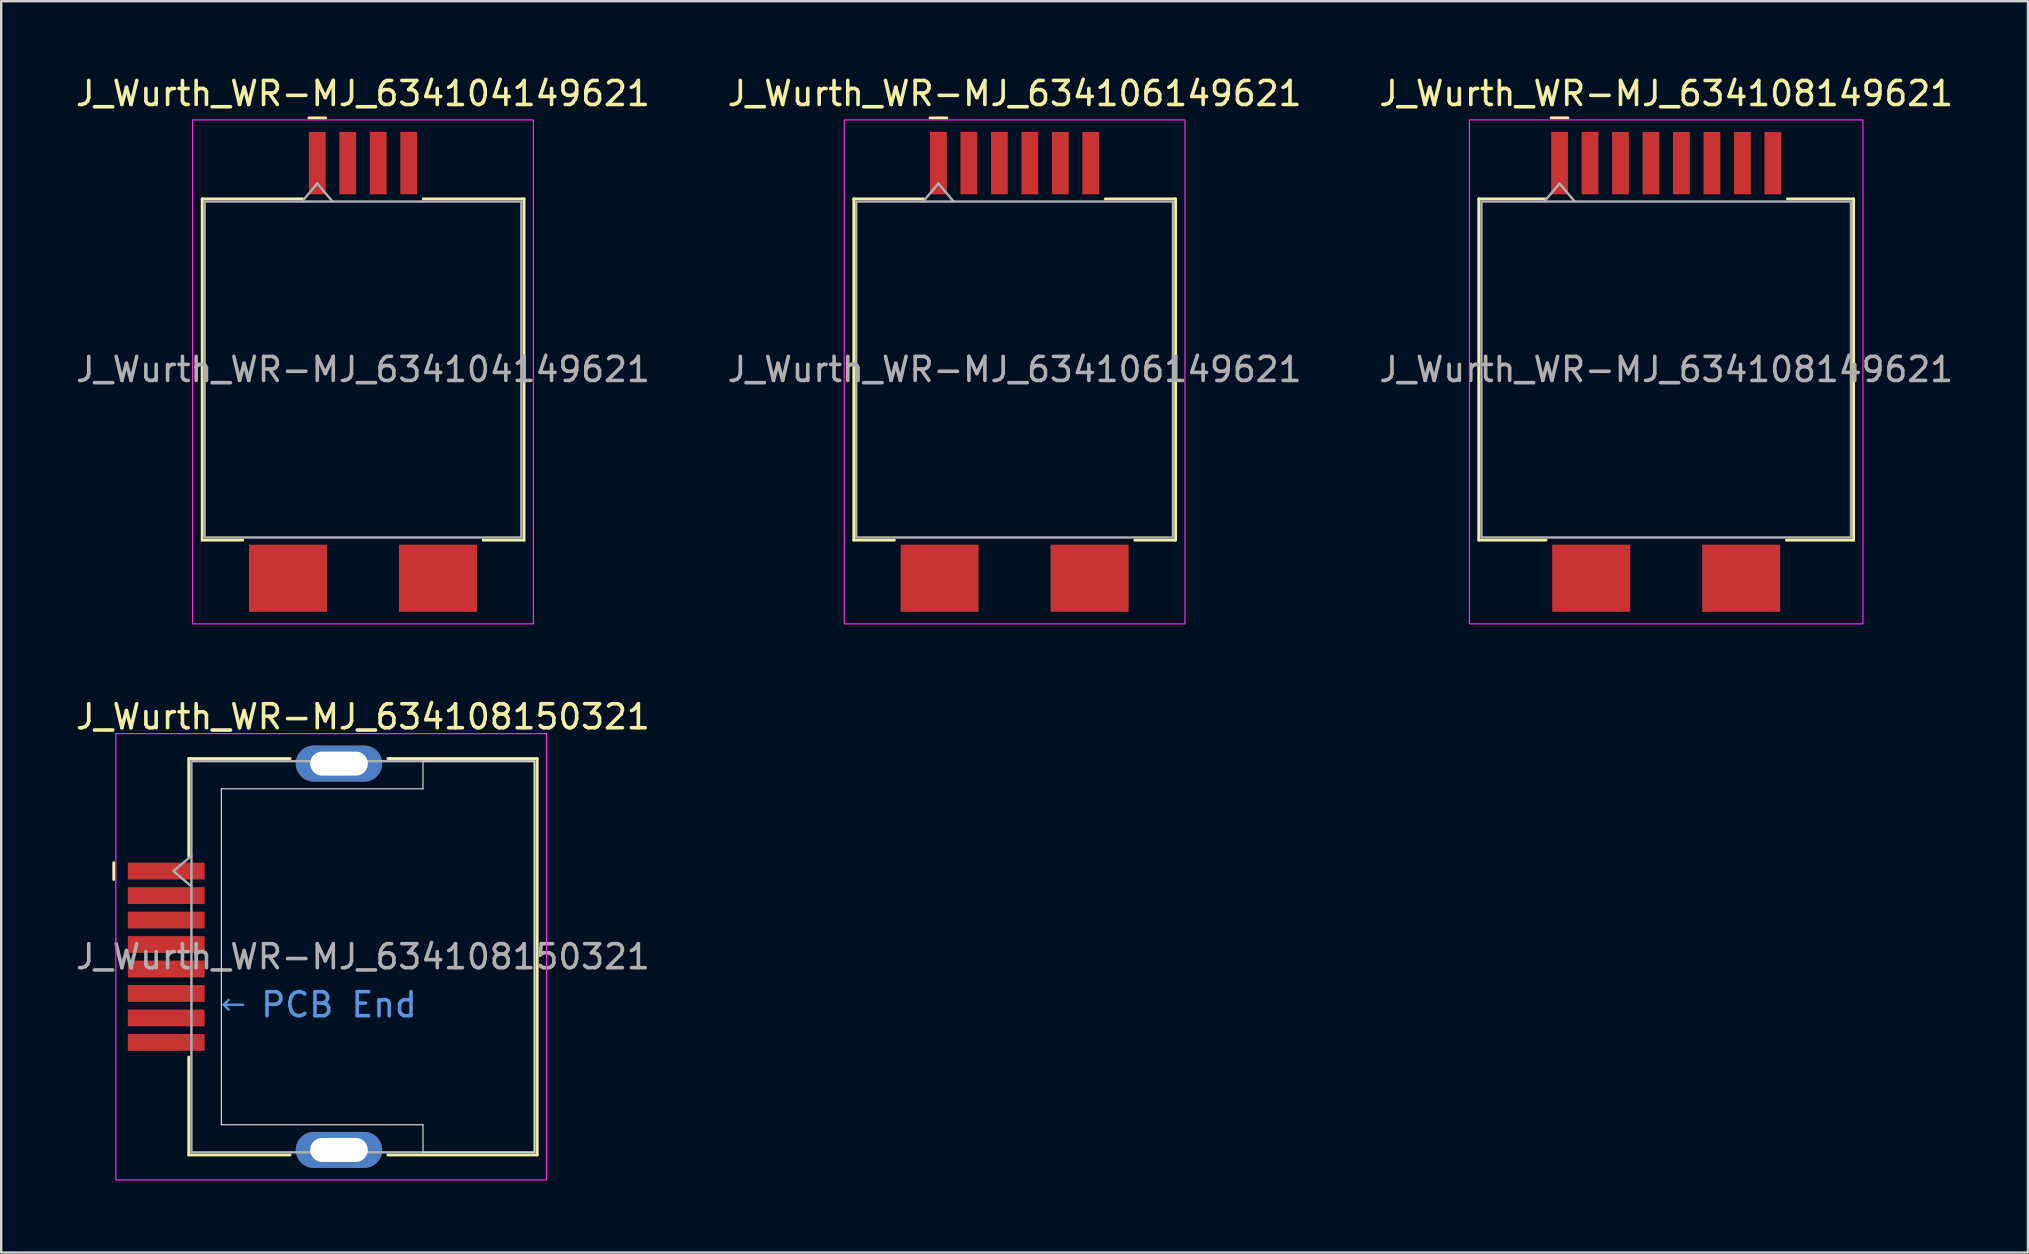
<source format=kicad_pcb>
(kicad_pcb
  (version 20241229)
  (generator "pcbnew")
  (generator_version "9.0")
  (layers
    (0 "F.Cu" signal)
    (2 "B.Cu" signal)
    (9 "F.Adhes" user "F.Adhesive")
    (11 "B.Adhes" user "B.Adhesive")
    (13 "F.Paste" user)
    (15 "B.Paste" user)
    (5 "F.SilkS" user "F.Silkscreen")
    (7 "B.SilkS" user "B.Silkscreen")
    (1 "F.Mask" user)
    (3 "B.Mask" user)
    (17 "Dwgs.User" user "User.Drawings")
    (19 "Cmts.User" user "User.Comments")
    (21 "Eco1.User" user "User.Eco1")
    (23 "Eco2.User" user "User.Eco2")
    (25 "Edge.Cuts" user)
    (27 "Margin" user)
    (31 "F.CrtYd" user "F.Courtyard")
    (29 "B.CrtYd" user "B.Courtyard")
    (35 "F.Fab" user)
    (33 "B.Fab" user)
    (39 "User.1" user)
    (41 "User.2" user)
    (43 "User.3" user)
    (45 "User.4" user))
  (footprint "J_Wurth_WR-MJ_634104149621"
    (layer "F.Cu")
    (at 12.077 12.348)
    (property "Reference" "J_Wurth_WR-MJ_634104149621" (at 0 -11.5 0) (unlocked yes) (layer "F.SilkS") (effects (font (size 1 1) (thickness 0.15))))
    (attr through_hole)
    (fp_line (start -6.7 -7.11) (end -6.7 7.11) (stroke (width 0.12) (type solid)) (layer "F.SilkS"))
    (fp_line (start -6.7 -7.11) (end -2.515 -7.11) (stroke (width 0.12) (type solid)) (layer "F.SilkS"))
    (fp_line (start -5.01 7.11) (end -6.7 7.11) (stroke (width 0.12) (type solid)) (layer "F.SilkS"))
    (fp_line (start -1.555 -10.485) (end -2.255 -10.485) (stroke (width 0.12) (type solid)) (layer "F.SilkS"))
    (fp_line (start 2.515 -7.11) (end 6.71 -7.11) (stroke (width 0.12) (type solid)) (layer "F.SilkS"))
    (fp_line (start 5.01 7.11) (end 6.71 7.11) (stroke (width 0.12) (type solid)) (layer "F.SilkS"))
    (fp_line (start 6.71 7.11) (end 6.71 -7.11) (stroke (width 0.12) (type solid)) (layer "F.SilkS"))
    (fp_rect (start -7.1 -10.4) (end 7.1 10.6) (stroke (width 0.05) (type solid)) (fill no) (layer "F.CrtYd"))
    (fp_line (start -1.905 -7.75) (end -2.54 -7) (stroke (width 0.1) (type solid)) (layer "F.Fab"))
    (fp_line (start -1.905 -7.75) (end -1.27 -7) (stroke (width 0.1) (type solid)) (layer "F.Fab"))
    (fp_rect (start -6.6 -7) (end 6.6 7) (stroke (width 0.1) (type solid)) (fill no) (layer "F.Fab"))
    (fp_text user "${REFERENCE}" (at 0 0 0) (unlocked yes) (layer "F.Fab") (effects (font (size 1 1) (thickness 0.15))))
    (pad "1" smd rect (at -1.905 -8.6 270) (size 2.6 0.7) (layers "F.Cu" "F.Mask" "F.Paste"))
    (pad "2" smd rect (at -0.635 -8.6 270) (size 2.6 0.7) (layers "F.Cu" "F.Mask" "F.Paste"))
    (pad "3" smd rect (at 0.635 -8.6 270) (size 2.6 0.7) (layers "F.Cu" "F.Mask" "F.Paste"))
    (pad "4" smd rect (at 1.905 -8.6 270) (size 2.6 0.7) (layers "F.Cu" "F.Mask" "F.Paste"))
    (pad "S1" smd rect (at 3.125 8.7 180) (size 3.25 2.8) (layers "F.Cu" "F.Mask" "F.Paste"))
    (pad "S2" smd rect (at -3.125 8.7 180) (size 3.25 2.8) (layers "F.Cu" "F.Mask" "F.Paste")))
  (footprint "J_Wurth_WR-MJ_634108149621"
    (layer "F.Cu")
    (at 66.387 12.348)
    (property "Reference" "J_Wurth_WR-MJ_634108149621" (at 0 -11.5 0) (unlocked yes) (layer "F.SilkS") (effects (font (size 1 1) (thickness 0.15))))
    (attr through_hole)
    (fp_line (start -7.81 -7.11) (end -7.81 7.11) (stroke (width 0.12) (type solid)) (layer "F.SilkS"))
    (fp_line (start -5.055 -7.11) (end -7.81 -7.11) (stroke (width 0.12) (type solid)) (layer "F.SilkS"))
    (fp_line (start -5.01 7.11) (end -7.81 7.11) (stroke (width 0.12) (type solid)) (layer "F.SilkS"))
    (fp_line (start -4.095 -10.485) (end -4.795 -10.485) (stroke (width 0.12) (type solid)) (layer "F.SilkS"))
    (fp_line (start 5.01 7.11) (end 7.81 7.11) (stroke (width 0.12) (type solid)) (layer "F.SilkS"))
    (fp_line (start 5.055 -7.11) (end 7.81 -7.11) (stroke (width 0.12) (type solid)) (layer "F.SilkS"))
    (fp_line (start 7.81 7.11) (end 7.81 -7.11) (stroke (width 0.12) (type solid)) (layer "F.SilkS"))
    (fp_rect (start -8.2 -10.4) (end 8.2 10.6) (stroke (width 0.05) (type solid)) (fill no) (layer "F.CrtYd"))
    (fp_line (start -4.445 -7.75) (end -5.08 -7) (stroke (width 0.1) (type solid)) (layer "F.Fab"))
    (fp_line (start -4.445 -7.75) (end -3.81 -7) (stroke (width 0.1) (type solid)) (layer "F.Fab"))
    (fp_rect (start -7.7 -7) (end 7.7 7) (stroke (width 0.1) (type solid)) (fill no) (layer "F.Fab"))
    (fp_text user "${REFERENCE}" (at 0 0 0) (unlocked yes) (layer "F.Fab") (effects (font (size 1 1) (thickness 0.15))))
    (pad "1" smd rect (at -4.445 -8.6 270) (size 2.6 0.7) (layers "F.Cu" "F.Mask" "F.Paste"))
    (pad "2" smd rect (at -3.175 -8.6 270) (size 2.6 0.7) (layers "F.Cu" "F.Mask" "F.Paste"))
    (pad "3" smd rect (at -1.905 -8.6 270) (size 2.6 0.7) (layers "F.Cu" "F.Mask" "F.Paste"))
    (pad "4" smd rect (at -0.635 -8.6 270) (size 2.6 0.7) (layers "F.Cu" "F.Mask" "F.Paste"))
    (pad "5" smd rect (at 0.635 -8.6 270) (size 2.6 0.7) (layers "F.Cu" "F.Mask" "F.Paste"))
    (pad "6" smd rect (at 1.905 -8.6 270) (size 2.6 0.7) (layers "F.Cu" "F.Mask" "F.Paste"))
    (pad "7" smd rect (at 3.175 -8.6 270) (size 2.6 0.7) (layers "F.Cu" "F.Mask" "F.Paste"))
    (pad "8" smd rect (at 4.445 -8.6 270) (size 2.6 0.7) (layers "F.Cu" "F.Mask" "F.Paste"))
    (pad "S1" smd rect (at 3.125 8.7 180) (size 3.25 2.8) (layers "F.Cu" "F.Mask" "F.Paste"))
    (pad "S2" smd rect (at -3.125 8.7 180) (size 3.25 2.8) (layers "F.Cu" "F.Mask" "F.Paste")))
  (footprint "J_Wurth_WR-MJ_634108150321"
    (layer "F.Cu")
    (at 12.077 36.822)
    (property "Reference" "J_Wurth_WR-MJ_634108150321" (at 0 -10 0) (unlocked yes) (layer "F.SilkS") (effects (font (size 1 1) (thickness 0.15))))
    (attr smd)
    (fp_line (start -10.385 -3.92) (end -10.385 -3.22) (stroke (width 0.12) (type solid)) (layer "F.SilkS"))
    (fp_line (start -7.26 -4.18) (end -7.26 -8.26) (stroke (width 0.12) (type solid)) (layer "F.SilkS"))
    (fp_line (start -7.26 4.18) (end -7.26 8.26) (stroke (width 0.12) (type solid)) (layer "F.SilkS"))
    (fp_line (start -3.038 -8.26) (end -7.26 -8.26) (stroke (width 0.12) (type solid)) (layer "F.SilkS"))
    (fp_line (start -3.038 8.26) (end -7.26 8.26) (stroke (width 0.12) (type solid)) (layer "F.SilkS"))
    (fp_line (start 1.038 -8.26) (end 7.26 -8.26) (stroke (width 0.12) (type solid)) (layer "F.SilkS"))
    (fp_line (start 1.038 8.26) (end 7.26 8.26) (stroke (width 0.12) (type solid)) (layer "F.SilkS"))
    (fp_line (start 7.26 -8.26) (end 7.26 8.26) (stroke (width 0.12) (type solid)) (layer "F.SilkS"))
    (fp_line (start -5.8 2) (end -5.6 1.8) (stroke (width 0.1) (type solid)) (layer "Cmts.User"))
    (fp_line (start -5.8 2) (end -5.6 2.2) (stroke (width 0.1) (type solid)) (layer "Cmts.User"))
    (fp_line (start -5 2) (end -5.8 2) (stroke (width 0.1) (type solid)) (layer "Cmts.User"))
    (fp_line (start -5.9 -7) (end 2.5 -7) (stroke (width 0.05) (type solid)) (layer "Edge.Cuts"))
    (fp_line (start -5.9 7) (end -5.9 -7) (stroke (width 0.05) (type solid)) (layer "Edge.Cuts"))
    (fp_line (start -5.9 7) (end 2.5 7) (stroke (width 0.05) (type solid)) (layer "Edge.Cuts"))
    (fp_line (start 2.5 -7) (end 2.5 -8.15) (stroke (width 0.05) (type solid)) (layer "Edge.Cuts"))
    (fp_line (start 2.5 7) (end 2.5 8.15) (stroke (width 0.05) (type solid)) (layer "Edge.Cuts"))
    (fp_line (start 7.15 -8.15) (end 2.5 -8.15) (stroke (width 0.05) (type solid)) (layer "Edge.Cuts"))
    (fp_line (start 7.15 -8.15) (end 7.15 8.15) (stroke (width 0.05) (type solid)) (layer "Edge.Cuts"))
    (fp_line (start 7.15 8.15) (end 2.5 8.15) (stroke (width 0.05) (type solid)) (layer "Edge.Cuts"))
    (fp_rect (start -10.3 -9.3) (end 7.65 9.3) (stroke (width 0.05) (type solid)) (fill no) (layer "F.CrtYd"))
    (fp_line (start -7.9 -3.57) (end -7.15 -4.205) (stroke (width 0.1) (type solid)) (layer "F.Fab"))
    (fp_line (start -7.9 -3.57) (end -7.15 -2.935) (stroke (width 0.1) (type solid)) (layer "F.Fab"))
    (fp_rect (start -7.15 -8.15) (end 7.15 8.15) (stroke (width 0.1) (type solid)) (fill no) (layer "F.Fab"))
    (fp_text user "PCB End" (at -1 2 0) (unlocked yes) (layer "Cmts.User") (effects (font (size 1 1) (thickness 0.15))))
    (fp_text user "${REFERENCE}" (at 0 0 0) (unlocked yes) (layer "F.Fab") (effects (font (size 1 1) (thickness 0.15))))
    (pad "1" smd rect (at -8.2 -3.57 90) (size 0.7 3.2) (layers "F.Cu" "F.Mask" "F.Paste"))
    (pad "2" smd rect (at -8.2 -2.55 90) (size 0.7 3.2) (layers "F.Cu" "F.Mask" "F.Paste"))
    (pad "3" smd rect (at -8.2 -1.53 90) (size 0.7 3.2) (layers "F.Cu" "F.Mask" "F.Paste"))
    (pad "4" smd rect (at -8.2 -0.51 90) (size 0.7 3.2) (layers "F.Cu" "F.Mask" "F.Paste"))
    (pad "5" smd rect (at -8.2 0.51 90) (size 0.7 3.2) (layers "F.Cu" "F.Mask" "F.Paste"))
    (pad "6" smd rect (at -8.2 1.53 90) (size 0.7 3.2) (layers "F.Cu" "F.Mask" "F.Paste"))
    (pad "7" smd rect (at -8.2 2.55 90) (size 0.7 3.2) (layers "F.Cu" "F.Mask" "F.Paste"))
    (pad "8" smd rect (at -8.2 3.57 90) (size 0.7 3.2) (layers "F.Cu" "F.Mask" "F.Paste"))
    (pad "S1" thru_hole oval (at -1 8.05 180) (size 3.6 1.5) (drill oval 2.4 1) (layers "*.Cu" "*.Mask"))
    (pad "S2" thru_hole oval (at -1 -8.05 180) (size 3.6 1.5) (drill oval 2.4 1) (layers "*.Cu" "*.Mask")))
  (footprint "J_Wurth_WR-MJ_634106149621"
    (layer "F.Cu")
    (at 39.232 12.348)
    (property "Reference" "J_Wurth_WR-MJ_634106149621" (at 0 -11.5 0) (unlocked yes) (layer "F.SilkS") (effects (font (size 1 1) (thickness 0.15))))
    (attr through_hole)
    (fp_line (start -6.7 -7.11) (end -6.7 7.11) (stroke (width 0.12) (type solid)) (layer "F.SilkS"))
    (fp_line (start -6.7 -7.11) (end -3.785 -7.11) (stroke (width 0.12) (type solid)) (layer "F.SilkS"))
    (fp_line (start -5.01 7.11) (end -6.7 7.11) (stroke (width 0.12) (type solid)) (layer "F.SilkS"))
    (fp_line (start -2.825 -10.485) (end -3.525 -10.485) (stroke (width 0.12) (type solid)) (layer "F.SilkS"))
    (fp_line (start 3.785 -7.11) (end 6.71 -7.11) (stroke (width 0.12) (type solid)) (layer "F.SilkS"))
    (fp_line (start 5.01 7.11) (end 6.71 7.11) (stroke (width 0.12) (type solid)) (layer "F.SilkS"))
    (fp_line (start 6.71 7.11) (end 6.71 -7.11) (stroke (width 0.12) (type solid)) (layer "F.SilkS"))
    (fp_rect (start -7.1 -10.4) (end 7.1 10.6) (stroke (width 0.05) (type solid)) (fill no) (layer "F.CrtYd"))
    (fp_line (start -3.175 -7.75) (end -3.81 -7) (stroke (width 0.1) (type solid)) (layer "F.Fab"))
    (fp_line (start -3.175 -7.75) (end -2.54 -7) (stroke (width 0.1) (type solid)) (layer "F.Fab"))
    (fp_rect (start -6.6 -7) (end 6.6 7) (stroke (width 0.1) (type solid)) (fill no) (layer "F.Fab"))
    (fp_text user "${REFERENCE}" (at 0 0 0) (unlocked yes) (layer "F.Fab") (effects (font (size 1 1) (thickness 0.15))))
    (pad "1" smd rect (at -3.175 -8.6 270) (size 2.6 0.7) (layers "F.Cu" "F.Mask" "F.Paste"))
    (pad "2" smd rect (at -1.905 -8.6 270) (size 2.6 0.7) (layers "F.Cu" "F.Mask" "F.Paste"))
    (pad "3" smd rect (at -0.635 -8.6 270) (size 2.6 0.7) (layers "F.Cu" "F.Mask" "F.Paste"))
    (pad "4" smd rect (at 0.635 -8.6 270) (size 2.6 0.7) (layers "F.Cu" "F.Mask" "F.Paste"))
    (pad "5" smd rect (at 1.905 -8.6 270) (size 2.6 0.7) (layers "F.Cu" "F.Mask" "F.Paste"))
    (pad "6" smd rect (at 3.175 -8.6 270) (size 2.6 0.7) (layers "F.Cu" "F.Mask" "F.Paste"))
    (pad "S1" smd rect (at 3.125 8.7 180) (size 3.25 2.8) (layers "F.Cu" "F.Mask" "F.Paste"))
    (pad "S2" smd rect (at -3.125 8.7 180) (size 3.25 2.8) (layers "F.Cu" "F.Mask" "F.Paste")))
  (gr_rect
    (start -3 -3)
    (end 81.464 49.147)
    (stroke (width 0.1) (type default))
    (fill no)
    (layer "Edge.Cuts")))
</source>
